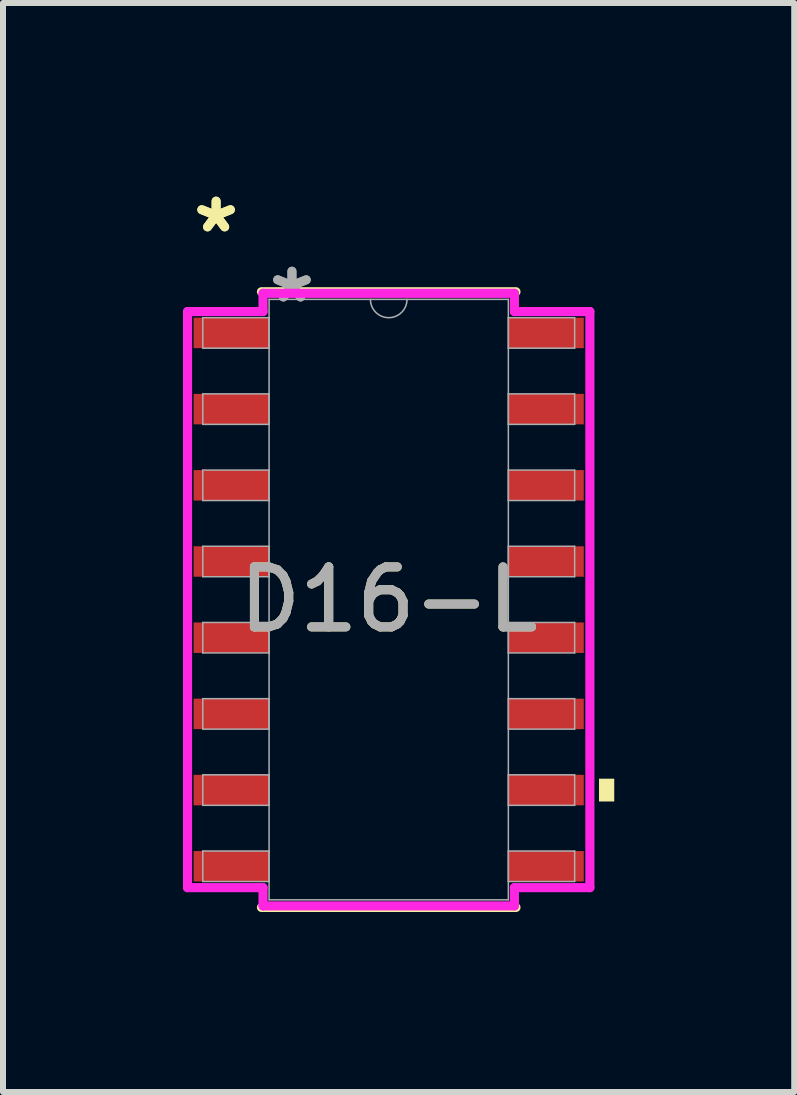
<source format=kicad_pcb>
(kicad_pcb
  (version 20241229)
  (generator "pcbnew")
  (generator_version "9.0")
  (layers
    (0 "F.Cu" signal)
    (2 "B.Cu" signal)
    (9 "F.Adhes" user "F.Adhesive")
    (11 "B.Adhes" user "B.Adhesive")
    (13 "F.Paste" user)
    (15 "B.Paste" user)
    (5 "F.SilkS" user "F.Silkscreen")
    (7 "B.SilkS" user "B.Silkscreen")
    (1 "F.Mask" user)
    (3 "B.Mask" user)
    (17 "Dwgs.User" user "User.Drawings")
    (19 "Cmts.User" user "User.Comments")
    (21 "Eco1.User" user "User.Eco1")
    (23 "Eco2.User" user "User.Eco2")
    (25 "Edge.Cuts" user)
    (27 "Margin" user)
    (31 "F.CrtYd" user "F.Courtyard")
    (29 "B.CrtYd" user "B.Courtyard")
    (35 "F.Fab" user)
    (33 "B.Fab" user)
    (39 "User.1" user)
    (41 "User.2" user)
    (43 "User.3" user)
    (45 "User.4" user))
  (footprint "D16-L"
    (layer "F.Cu")
    (at 3.429 6.944)
    (property "Reference" "D16-L" (at 0 0 0) (unlocked yes) (layer "F.SilkS") (effects (font (size 1 1) (thickness 0.15))))
    (attr smd)
    (fp_line (start -2.121 5.131) (end 2.121 5.131) (stroke (width 0.152) (type solid)) (layer "F.SilkS"))
    (fp_line (start 2.121 -5.131) (end -2.121 -5.131) (stroke (width 0.152) (type solid)) (layer "F.SilkS"))
    (fp_poly (pts (xy 3.759 2.985) (xy 3.759 3.365) (xy 3.505 3.365) (xy 3.505 2.985)) (stroke (width 0) (type solid)) (fill yes) (layer "F.SilkS"))
    (fp_line (start -3.353 -4.801) (end -2.095 -4.801) (stroke (width 0.152) (type solid)) (layer "F.CrtYd"))
    (fp_line (start -3.353 4.801) (end -3.353 -4.801) (stroke (width 0.152) (type solid)) (layer "F.CrtYd"))
    (fp_line (start -3.353 4.801) (end -2.095 4.801) (stroke (width 0.152) (type solid)) (layer "F.CrtYd"))
    (fp_line (start -2.095 -5.105) (end 2.095 -5.105) (stroke (width 0.152) (type solid)) (layer "F.CrtYd"))
    (fp_line (start -2.095 -4.801) (end -2.095 -5.105) (stroke (width 0.152) (type solid)) (layer "F.CrtYd"))
    (fp_line (start -2.095 5.105) (end -2.095 4.801) (stroke (width 0.152) (type solid)) (layer "F.CrtYd"))
    (fp_line (start 2.095 -5.105) (end 2.095 -4.801) (stroke (width 0.152) (type solid)) (layer "F.CrtYd"))
    (fp_line (start 2.095 4.801) (end 2.095 5.105) (stroke (width 0.152) (type solid)) (layer "F.CrtYd"))
    (fp_line (start 2.095 5.105) (end -2.095 5.105) (stroke (width 0.152) (type solid)) (layer "F.CrtYd"))
    (fp_line (start 3.353 -4.801) (end 2.095 -4.801) (stroke (width 0.152) (type solid)) (layer "F.CrtYd"))
    (fp_line (start 3.353 -4.801) (end 3.353 4.801) (stroke (width 0.152) (type solid)) (layer "F.CrtYd"))
    (fp_line (start 3.353 4.801) (end 2.095 4.801) (stroke (width 0.152) (type solid)) (layer "F.CrtYd"))
    (fp_line (start -3.099 -4.699) (end -3.099 -4.191) (stroke (width 0.025) (type solid)) (layer "F.Fab"))
    (fp_line (start -3.099 -4.191) (end -1.994 -4.191) (stroke (width 0.025) (type solid)) (layer "F.Fab"))
    (fp_line (start -3.099 -3.429) (end -3.099 -2.921) (stroke (width 0.025) (type solid)) (layer "F.Fab"))
    (fp_line (start -3.099 -2.921) (end -1.994 -2.921) (stroke (width 0.025) (type solid)) (layer "F.Fab"))
    (fp_line (start -3.099 -2.159) (end -3.099 -1.651) (stroke (width 0.025) (type solid)) (layer "F.Fab"))
    (fp_line (start -3.099 -1.651) (end -1.994 -1.651) (stroke (width 0.025) (type solid)) (layer "F.Fab"))
    (fp_line (start -3.099 -0.889) (end -3.099 -0.381) (stroke (width 0.025) (type solid)) (layer "F.Fab"))
    (fp_line (start -3.099 -0.381) (end -1.994 -0.381) (stroke (width 0.025) (type solid)) (layer "F.Fab"))
    (fp_line (start -3.099 0.381) (end -3.099 0.889) (stroke (width 0.025) (type solid)) (layer "F.Fab"))
    (fp_line (start -3.099 0.889) (end -1.994 0.889) (stroke (width 0.025) (type solid)) (layer "F.Fab"))
    (fp_line (start -3.099 1.651) (end -3.099 2.159) (stroke (width 0.025) (type solid)) (layer "F.Fab"))
    (fp_line (start -3.099 2.159) (end -1.994 2.159) (stroke (width 0.025) (type solid)) (layer "F.Fab"))
    (fp_line (start -3.099 2.921) (end -3.099 3.429) (stroke (width 0.025) (type solid)) (layer "F.Fab"))
    (fp_line (start -3.099 3.429) (end -1.994 3.429) (stroke (width 0.025) (type solid)) (layer "F.Fab"))
    (fp_line (start -3.099 4.191) (end -3.099 4.699) (stroke (width 0.025) (type solid)) (layer "F.Fab"))
    (fp_line (start -3.099 4.699) (end -1.994 4.699) (stroke (width 0.025) (type solid)) (layer "F.Fab"))
    (fp_line (start -1.994 -5.004) (end -1.994 5.004) (stroke (width 0.025) (type solid)) (layer "F.Fab"))
    (fp_line (start -1.994 -4.699) (end -3.099 -4.699) (stroke (width 0.025) (type solid)) (layer "F.Fab"))
    (fp_line (start -1.994 -4.191) (end -1.994 -4.699) (stroke (width 0.025) (type solid)) (layer "F.Fab"))
    (fp_line (start -1.994 -3.429) (end -3.099 -3.429) (stroke (width 0.025) (type solid)) (layer "F.Fab"))
    (fp_line (start -1.994 -2.921) (end -1.994 -3.429) (stroke (width 0.025) (type solid)) (layer "F.Fab"))
    (fp_line (start -1.994 -2.159) (end -3.099 -2.159) (stroke (width 0.025) (type solid)) (layer "F.Fab"))
    (fp_line (start -1.994 -1.651) (end -1.994 -2.159) (stroke (width 0.025) (type solid)) (layer "F.Fab"))
    (fp_line (start -1.994 -0.889) (end -3.099 -0.889) (stroke (width 0.025) (type solid)) (layer "F.Fab"))
    (fp_line (start -1.994 -0.381) (end -1.994 -0.889) (stroke (width 0.025) (type solid)) (layer "F.Fab"))
    (fp_line (start -1.994 0.381) (end -3.099 0.381) (stroke (width 0.025) (type solid)) (layer "F.Fab"))
    (fp_line (start -1.994 0.889) (end -1.994 0.381) (stroke (width 0.025) (type solid)) (layer "F.Fab"))
    (fp_line (start -1.994 1.651) (end -3.099 1.651) (stroke (width 0.025) (type solid)) (layer "F.Fab"))
    (fp_line (start -1.994 2.159) (end -1.994 1.651) (stroke (width 0.025) (type solid)) (layer "F.Fab"))
    (fp_line (start -1.994 2.921) (end -3.099 2.921) (stroke (width 0.025) (type solid)) (layer "F.Fab"))
    (fp_line (start -1.994 3.429) (end -1.994 2.921) (stroke (width 0.025) (type solid)) (layer "F.Fab"))
    (fp_line (start -1.994 4.191) (end -3.099 4.191) (stroke (width 0.025) (type solid)) (layer "F.Fab"))
    (fp_line (start -1.994 4.699) (end -1.994 4.191) (stroke (width 0.025) (type solid)) (layer "F.Fab"))
    (fp_line (start -1.994 5.004) (end 1.994 5.004) (stroke (width 0.025) (type solid)) (layer "F.Fab"))
    (fp_line (start 1.994 -5.004) (end -1.994 -5.004) (stroke (width 0.025) (type solid)) (layer "F.Fab"))
    (fp_line (start 1.994 -4.699) (end 1.994 -4.191) (stroke (width 0.025) (type solid)) (layer "F.Fab"))
    (fp_line (start 1.994 -4.191) (end 3.099 -4.191) (stroke (width 0.025) (type solid)) (layer "F.Fab"))
    (fp_line (start 1.994 -3.429) (end 1.994 -2.921) (stroke (width 0.025) (type solid)) (layer "F.Fab"))
    (fp_line (start 1.994 -2.921) (end 3.099 -2.921) (stroke (width 0.025) (type solid)) (layer "F.Fab"))
    (fp_line (start 1.994 -2.159) (end 1.994 -1.651) (stroke (width 0.025) (type solid)) (layer "F.Fab"))
    (fp_line (start 1.994 -1.651) (end 3.099 -1.651) (stroke (width 0.025) (type solid)) (layer "F.Fab"))
    (fp_line (start 1.994 -0.889) (end 1.994 -0.381) (stroke (width 0.025) (type solid)) (layer "F.Fab"))
    (fp_line (start 1.994 -0.381) (end 3.099 -0.381) (stroke (width 0.025) (type solid)) (layer "F.Fab"))
    (fp_line (start 1.994 0.381) (end 1.994 0.889) (stroke (width 0.025) (type solid)) (layer "F.Fab"))
    (fp_line (start 1.994 0.889) (end 3.099 0.889) (stroke (width 0.025) (type solid)) (layer "F.Fab"))
    (fp_line (start 1.994 1.651) (end 1.994 2.159) (stroke (width 0.025) (type solid)) (layer "F.Fab"))
    (fp_line (start 1.994 2.159) (end 3.099 2.159) (stroke (width 0.025) (type solid)) (layer "F.Fab"))
    (fp_line (start 1.994 2.921) (end 1.994 3.429) (stroke (width 0.025) (type solid)) (layer "F.Fab"))
    (fp_line (start 1.994 3.429) (end 3.099 3.429) (stroke (width 0.025) (type solid)) (layer "F.Fab"))
    (fp_line (start 1.994 4.191) (end 1.994 4.699) (stroke (width 0.025) (type solid)) (layer "F.Fab"))
    (fp_line (start 1.994 4.699) (end 3.099 4.699) (stroke (width 0.025) (type solid)) (layer "F.Fab"))
    (fp_line (start 1.994 5.004) (end 1.994 -5.004) (stroke (width 0.025) (type solid)) (layer "F.Fab"))
    (fp_line (start 3.099 -4.699) (end 1.994 -4.699) (stroke (width 0.025) (type solid)) (layer "F.Fab"))
    (fp_line (start 3.099 -4.191) (end 3.099 -4.699) (stroke (width 0.025) (type solid)) (layer "F.Fab"))
    (fp_line (start 3.099 -3.429) (end 1.994 -3.429) (stroke (width 0.025) (type solid)) (layer "F.Fab"))
    (fp_line (start 3.099 -2.921) (end 3.099 -3.429) (stroke (width 0.025) (type solid)) (layer "F.Fab"))
    (fp_line (start 3.099 -2.159) (end 1.994 -2.159) (stroke (width 0.025) (type solid)) (layer "F.Fab"))
    (fp_line (start 3.099 -1.651) (end 3.099 -2.159) (stroke (width 0.025) (type solid)) (layer "F.Fab"))
    (fp_line (start 3.099 -0.889) (end 1.994 -0.889) (stroke (width 0.025) (type solid)) (layer "F.Fab"))
    (fp_line (start 3.099 -0.381) (end 3.099 -0.889) (stroke (width 0.025) (type solid)) (layer "F.Fab"))
    (fp_line (start 3.099 0.381) (end 1.994 0.381) (stroke (width 0.025) (type solid)) (layer "F.Fab"))
    (fp_line (start 3.099 0.889) (end 3.099 0.381) (stroke (width 0.025) (type solid)) (layer "F.Fab"))
    (fp_line (start 3.099 1.651) (end 1.994 1.651) (stroke (width 0.025) (type solid)) (layer "F.Fab"))
    (fp_line (start 3.099 2.159) (end 3.099 1.651) (stroke (width 0.025) (type solid)) (layer "F.Fab"))
    (fp_line (start 3.099 2.921) (end 1.994 2.921) (stroke (width 0.025) (type solid)) (layer "F.Fab"))
    (fp_line (start 3.099 3.429) (end 3.099 2.921) (stroke (width 0.025) (type solid)) (layer "F.Fab"))
    (fp_line (start 3.099 4.191) (end 1.994 4.191) (stroke (width 0.025) (type solid)) (layer "F.Fab"))
    (fp_line (start 3.099 4.699) (end 3.099 4.191) (stroke (width 0.025) (type solid)) (layer "F.Fab"))
    (fp_arc (start 0.3048 -5.0038) (mid 0 -4.699) (end -0.3048 -5.0038) (stroke (width 0.0254) (type solid)) (layer "F.Fab"))
    (fp_text user "*" (at -2.877 -6.096 0) (layer "F.SilkS") (effects (font (size 1 1) (thickness 0.15))))
    (fp_text user "*" (at -2.877 -6.096 0) (unlocked yes) (layer "F.SilkS") (effects (font (size 1 1) (thickness 0.15))))
    (fp_text user "${REFERENCE}" (at 0 0 0) (unlocked yes) (layer "F.Fab") (effects (font (size 1 1) (thickness 0.15))))
    (fp_text user "*" (at -1.613 -4.928 0) (layer "F.Fab") (effects (font (size 1 1) (thickness 0.15))))
    (fp_text user "*" (at -1.613 -4.928 0) (unlocked yes) (layer "F.Fab") (effects (font (size 1 1) (thickness 0.15))))
    (pad "1" smd rect (at -2.623 -4.445) (size 1.257 0.508) (layers "F.Cu" "F.Mask" "F.Paste"))
    (pad "2" smd rect (at -2.623 -3.175) (size 1.257 0.508) (layers "F.Cu" "F.Mask" "F.Paste"))
    (pad "3" smd rect (at -2.623 -1.905) (size 1.257 0.508) (layers "F.Cu" "F.Mask" "F.Paste"))
    (pad "4" smd rect (at -2.623 -0.635) (size 1.257 0.508) (layers "F.Cu" "F.Mask" "F.Paste"))
    (pad "5" smd rect (at -2.623 0.635) (size 1.257 0.508) (layers "F.Cu" "F.Mask" "F.Paste"))
    (pad "6" smd rect (at -2.623 1.905) (size 1.257 0.508) (layers "F.Cu" "F.Mask" "F.Paste"))
    (pad "7" smd rect (at -2.623 3.175) (size 1.257 0.508) (layers "F.Cu" "F.Mask" "F.Paste"))
    (pad "8" smd rect (at -2.623 4.445) (size 1.257 0.508) (layers "F.Cu" "F.Mask" "F.Paste"))
    (pad "9" smd rect (at 2.623 4.445) (size 1.257 0.508) (layers "F.Cu" "F.Mask" "F.Paste"))
    (pad "10" smd rect (at 2.623 3.175) (size 1.257 0.508) (layers "F.Cu" "F.Mask" "F.Paste"))
    (pad "11" smd rect (at 2.623 1.905) (size 1.257 0.508) (layers "F.Cu" "F.Mask" "F.Paste"))
    (pad "12" smd rect (at 2.623 0.635) (size 1.257 0.508) (layers "F.Cu" "F.Mask" "F.Paste"))
    (pad "13" smd rect (at 2.623 -0.635) (size 1.257 0.508) (layers "F.Cu" "F.Mask" "F.Paste"))
    (pad "14" smd rect (at 2.623 -1.905) (size 1.257 0.508) (layers "F.Cu" "F.Mask" "F.Paste"))
    (pad "15" smd rect (at 2.623 -3.175) (size 1.257 0.508) (layers "F.Cu" "F.Mask" "F.Paste"))
    (pad "16" smd rect (at 2.623 -4.445) (size 1.257 0.508) (layers "F.Cu" "F.Mask" "F.Paste")))
  (gr_rect
    (start -3 -3)
    (end 10.188 15.151)
    (stroke (width 0.1) (type default))
    (fill no)
    (layer "Edge.Cuts")))
</source>
